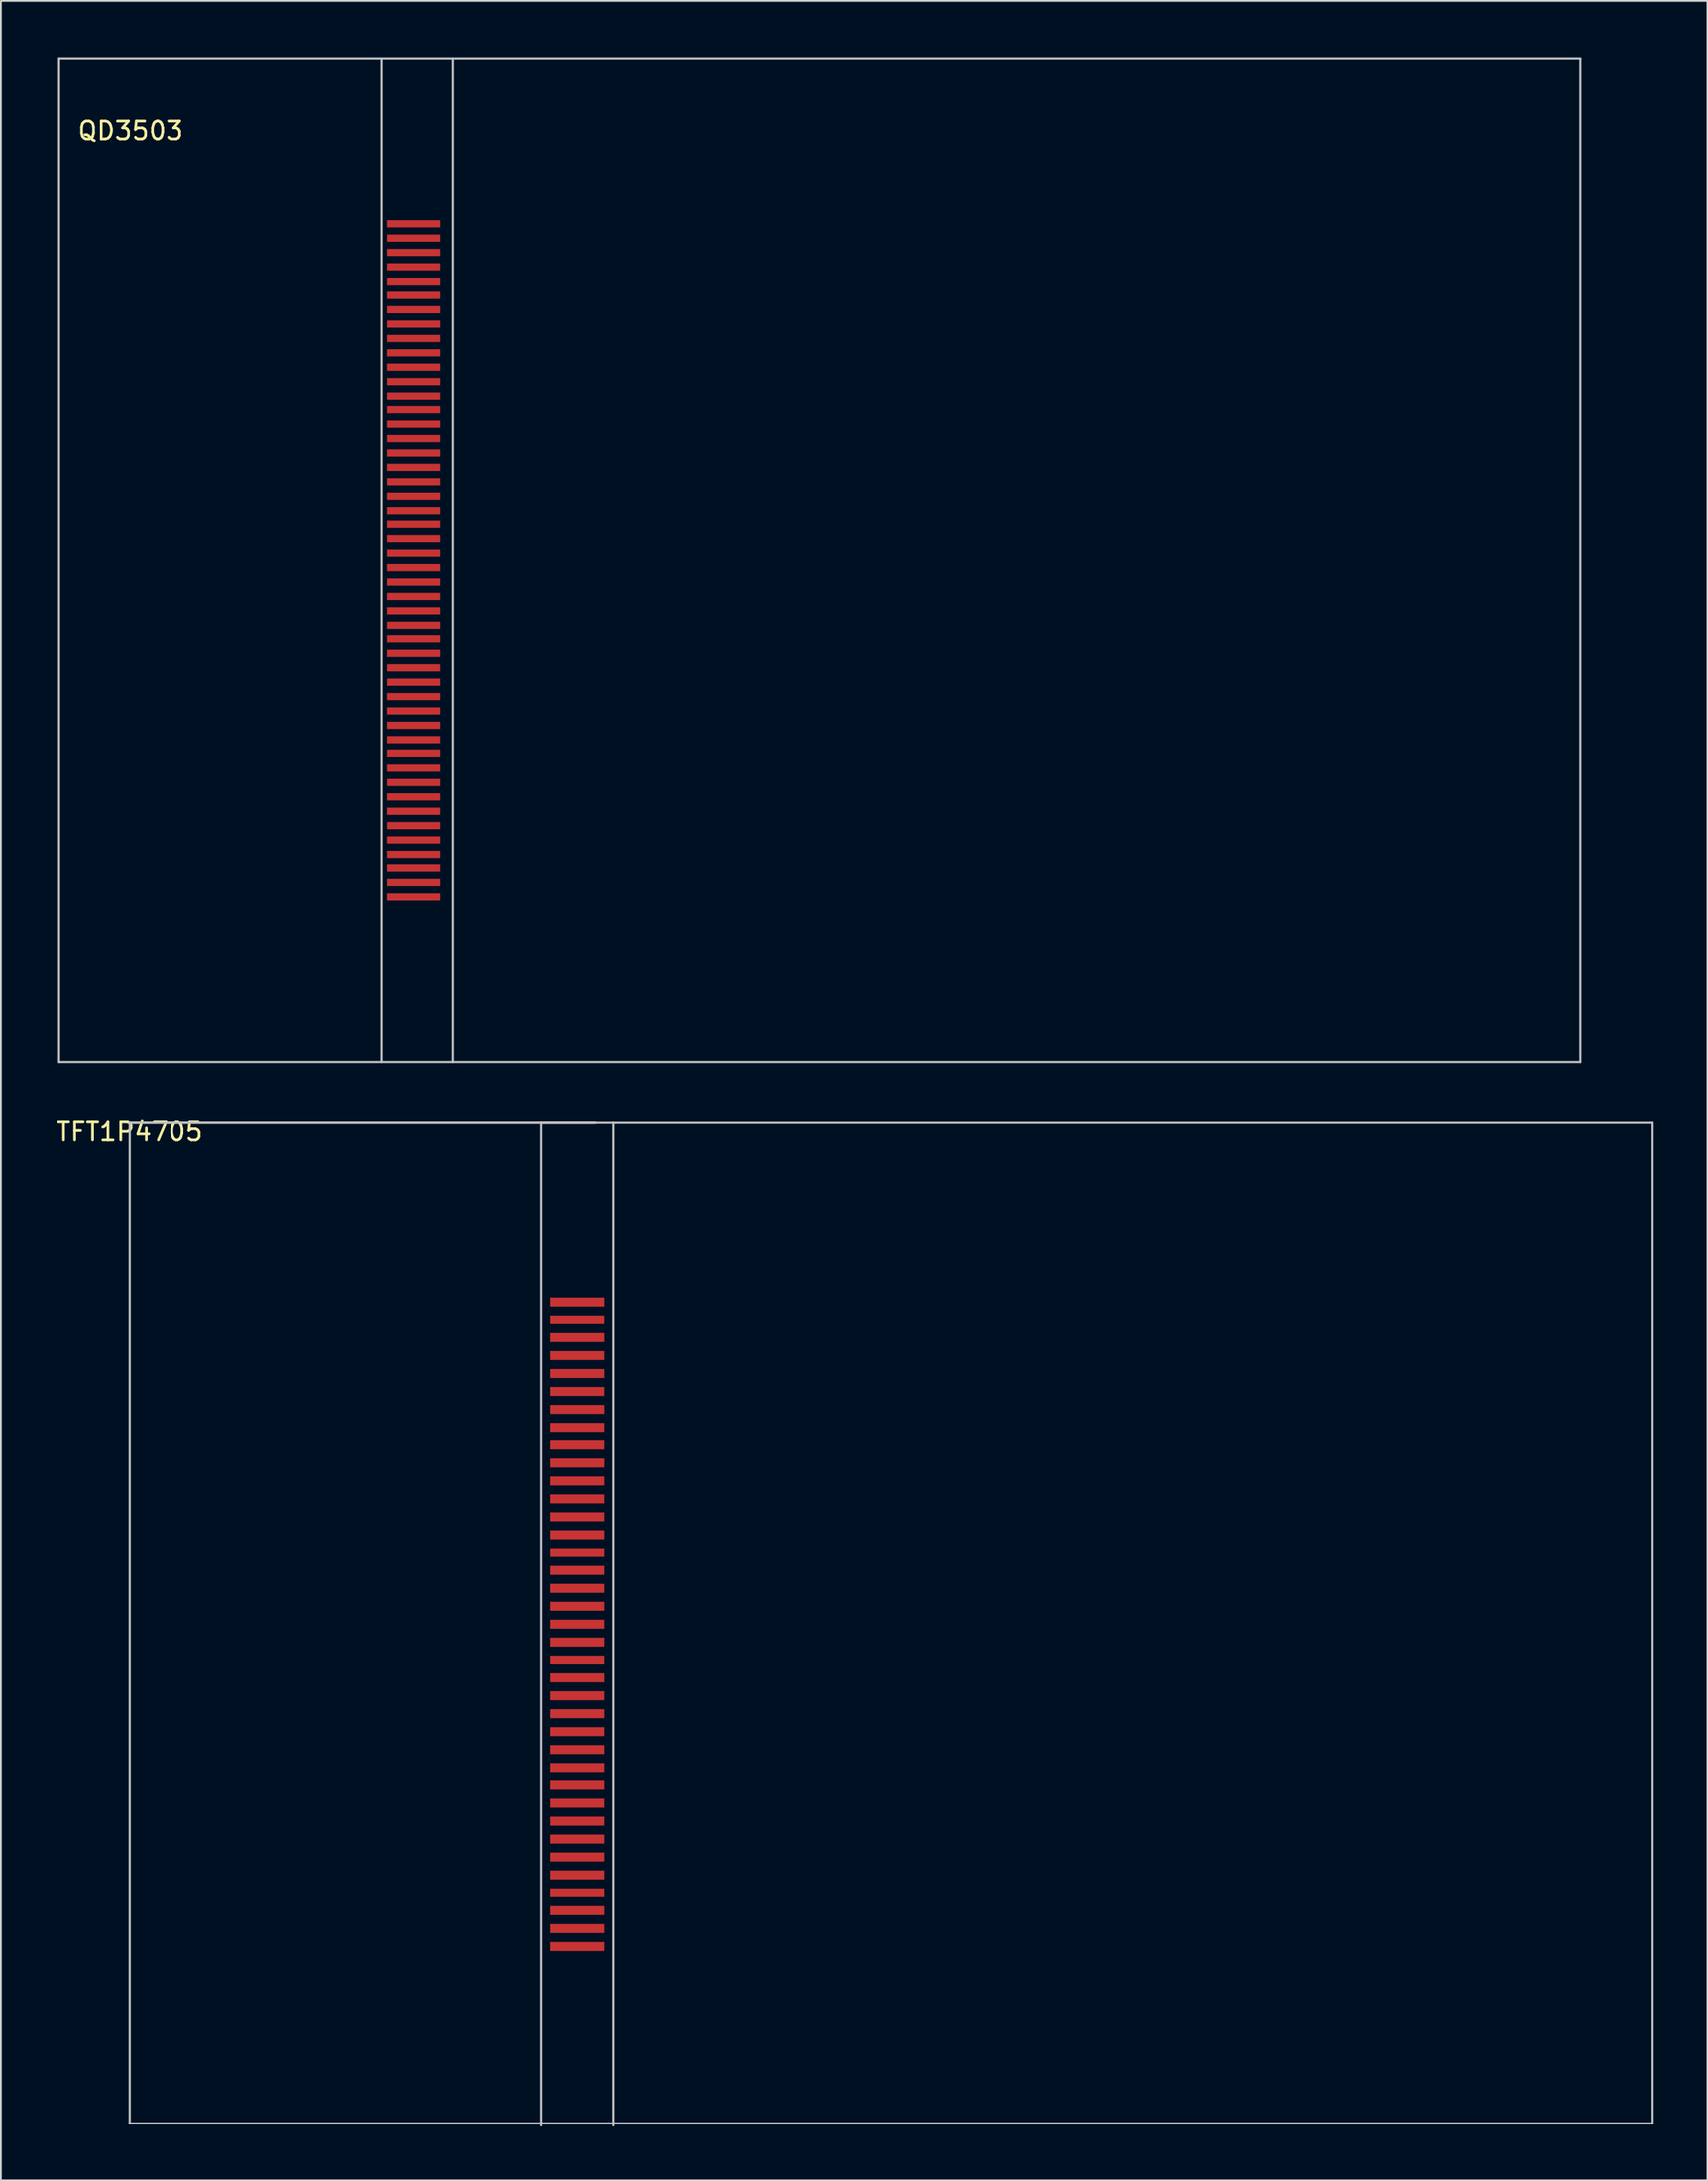
<source format=kicad_pcb>
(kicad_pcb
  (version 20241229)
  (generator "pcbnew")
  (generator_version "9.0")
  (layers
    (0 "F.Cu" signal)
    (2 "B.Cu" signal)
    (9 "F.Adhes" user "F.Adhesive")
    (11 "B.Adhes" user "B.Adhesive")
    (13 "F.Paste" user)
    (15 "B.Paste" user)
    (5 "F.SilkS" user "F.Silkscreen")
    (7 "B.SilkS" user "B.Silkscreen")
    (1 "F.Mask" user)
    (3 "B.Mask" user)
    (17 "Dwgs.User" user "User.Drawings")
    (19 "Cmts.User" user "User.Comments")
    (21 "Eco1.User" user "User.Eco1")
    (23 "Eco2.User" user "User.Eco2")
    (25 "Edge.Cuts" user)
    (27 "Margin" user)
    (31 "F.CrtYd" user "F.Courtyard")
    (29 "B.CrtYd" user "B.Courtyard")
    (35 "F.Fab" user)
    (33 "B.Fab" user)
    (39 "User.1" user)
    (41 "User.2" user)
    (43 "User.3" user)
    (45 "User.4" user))
  (footprint "QD3503"
    (layer "F.Cu")
    (at 0.25 0.25)
    (property "Reference" "QD3503" (at 4 4 0) (layer "F.SilkS") (effects (font (size 1 1) (thickness 0.15))))
    (attr through_hole)
    (fp_line (start 0 0) (end 85 0) (stroke (width 0.12) (type solid)) (layer "Dwgs.User"))
    (fp_line (start 0 56) (end 0 0) (stroke (width 0.12) (type solid)) (layer "Dwgs.User"))
    (fp_line (start 18 56) (end 18 0) (stroke (width 0.12) (type solid)) (layer "Dwgs.User"))
    (fp_line (start 22 0) (end 22 56) (stroke (width 0.12) (type solid)) (layer "Dwgs.User"))
    (fp_line (start 85 0) (end 85 56) (stroke (width 0.12) (type solid)) (layer "Dwgs.User"))
    (fp_line (start 85 56) (end 0 56) (stroke (width 0.12) (type solid)) (layer "Dwgs.User"))
    (pad "1" smd rect (at 19.8 9.2) (size 3 0.4) (layers "F.Cu" "F.Mask" "F.Paste"))
    (pad "2" smd rect (at 19.8 10) (size 3 0.4) (layers "F.Cu" "F.Mask" "F.Paste"))
    (pad "3" smd rect (at 19.8 10.8) (size 3 0.4) (layers "F.Cu" "F.Mask" "F.Paste"))
    (pad "4" smd rect (at 19.8 11.6) (size 3 0.4) (layers "F.Cu" "F.Mask" "F.Paste"))
    (pad "5" smd rect (at 19.8 12.4) (size 3 0.4) (layers "F.Cu" "F.Mask" "F.Paste"))
    (pad "6" smd rect (at 19.8 13.2) (size 3 0.4) (layers "F.Cu" "F.Mask" "F.Paste"))
    (pad "7" smd rect (at 19.8 14) (size 3 0.4) (layers "F.Cu" "F.Mask" "F.Paste"))
    (pad "8" smd rect (at 19.8 14.8) (size 3 0.4) (layers "F.Cu" "F.Mask" "F.Paste"))
    (pad "9" smd rect (at 19.8 15.6) (size 3 0.4) (layers "F.Cu" "F.Mask" "F.Paste"))
    (pad "10" smd rect (at 19.8 16.4) (size 3 0.4) (layers "F.Cu" "F.Mask" "F.Paste"))
    (pad "11" smd rect (at 19.8 17.2) (size 3 0.4) (layers "F.Cu" "F.Mask" "F.Paste"))
    (pad "12" smd rect (at 19.8 18) (size 3 0.4) (layers "F.Cu" "F.Mask" "F.Paste"))
    (pad "13" smd rect (at 19.8 18.8) (size 3 0.4) (layers "F.Cu" "F.Mask" "F.Paste"))
    (pad "14" smd rect (at 19.8 19.6) (size 3 0.4) (layers "F.Cu" "F.Mask" "F.Paste"))
    (pad "15" smd rect (at 19.8 20.4) (size 3 0.4) (layers "F.Cu" "F.Mask" "F.Paste"))
    (pad "16" smd rect (at 19.8 21.2) (size 3 0.4) (layers "F.Cu" "F.Mask" "F.Paste"))
    (pad "17" smd rect (at 19.8 22) (size 3 0.4) (layers "F.Cu" "F.Mask" "F.Paste"))
    (pad "18" smd rect (at 19.8 22.8) (size 3 0.4) (layers "F.Cu" "F.Mask" "F.Paste"))
    (pad "19" smd rect (at 19.8 23.6) (size 3 0.4) (layers "F.Cu" "F.Mask" "F.Paste"))
    (pad "20" smd rect (at 19.8 24.4) (size 3 0.4) (layers "F.Cu" "F.Mask" "F.Paste"))
    (pad "21" smd rect (at 19.8 25.2) (size 3 0.4) (layers "F.Cu" "F.Mask" "F.Paste"))
    (pad "22" smd rect (at 19.8 26) (size 3 0.4) (layers "F.Cu" "F.Mask" "F.Paste"))
    (pad "23" smd rect (at 19.8 26.8) (size 3 0.4) (layers "F.Cu" "F.Mask" "F.Paste"))
    (pad "24" smd rect (at 19.8 27.6) (size 3 0.4) (layers "F.Cu" "F.Mask" "F.Paste"))
    (pad "25" smd rect (at 19.8 28.4) (size 3 0.4) (layers "F.Cu" "F.Mask" "F.Paste"))
    (pad "26" smd rect (at 19.8 29.2) (size 3 0.4) (layers "F.Cu" "F.Mask" "F.Paste"))
    (pad "27" smd rect (at 19.8 30) (size 3 0.4) (layers "F.Cu" "F.Mask" "F.Paste"))
    (pad "28" smd rect (at 19.8 30.8) (size 3 0.4) (layers "F.Cu" "F.Mask" "F.Paste"))
    (pad "29" smd rect (at 19.8 31.6) (size 3 0.4) (layers "F.Cu" "F.Mask" "F.Paste"))
    (pad "30" smd rect (at 19.8 32.4) (size 3 0.4) (layers "F.Cu" "F.Mask" "F.Paste"))
    (pad "31" smd rect (at 19.8 33.2) (size 3 0.4) (layers "F.Cu" "F.Mask" "F.Paste"))
    (pad "32" smd rect (at 19.8 34) (size 3 0.4) (layers "F.Cu" "F.Mask" "F.Paste"))
    (pad "33" smd rect (at 19.8 34.8) (size 3 0.4) (layers "F.Cu" "F.Mask" "F.Paste"))
    (pad "34" smd rect (at 19.8 35.6) (size 3 0.4) (layers "F.Cu" "F.Mask" "F.Paste"))
    (pad "35" smd rect (at 19.8 36.4) (size 3 0.4) (layers "F.Cu" "F.Mask" "F.Paste"))
    (pad "36" smd rect (at 19.8 37.2) (size 3 0.4) (layers "F.Cu" "F.Mask" "F.Paste"))
    (pad "37" smd rect (at 19.8 38) (size 3 0.4) (layers "F.Cu" "F.Mask" "F.Paste"))
    (pad "38" smd rect (at 19.8 38.8) (size 3 0.4) (layers "F.Cu" "F.Mask" "F.Paste"))
    (pad "39" smd rect (at 19.8 39.6) (size 3 0.4) (layers "F.Cu" "F.Mask" "F.Paste"))
    (pad "40" smd rect (at 19.8 40.4) (size 3 0.4) (layers "F.Cu" "F.Mask" "F.Paste"))
    (pad "41" smd rect (at 19.8 41.2) (size 3 0.4) (layers "F.Cu" "F.Mask" "F.Paste"))
    (pad "42" smd rect (at 19.8 42) (size 3 0.4) (layers "F.Cu" "F.Mask" "F.Paste"))
    (pad "43" smd rect (at 19.8 42.8) (size 3 0.4) (layers "F.Cu" "F.Mask" "F.Paste"))
    (pad "44" smd rect (at 19.8 43.6) (size 3 0.4) (layers "F.Cu" "F.Mask" "F.Paste"))
    (pad "45" smd rect (at 19.8 44.4) (size 3 0.4) (layers "F.Cu" "F.Mask" "F.Paste"))
    (pad "46" smd rect (at 19.8 45.2) (size 3 0.4) (layers "F.Cu" "F.Mask" "F.Paste"))
    (pad "47" smd rect (at 19.8 46) (size 3 0.4) (layers "F.Cu" "F.Mask" "F.Paste"))
    (pad "48" smd rect (at 19.8 46.8) (size 3 0.4) (layers "F.Cu" "F.Mask" "F.Paste")))
  (footprint "TFT1P4705"
    (layer "F.Cu")
    (at 4.196 59.658)
    (property "Reference" "TFT1P4705" (at 0 0.5 0) (layer "F.SilkS") (effects (font (size 1 1) (thickness 0.15))))
    (attr through_hole)
    (fp_line (start 0 0) (end 26 0) (stroke (width 0.12) (type solid)) (layer "Dwgs.User"))
    (fp_line (start 0 0) (end 85.09 0) (stroke (width 0.12) (type solid)) (layer "Dwgs.User"))
    (fp_line (start 0 55.88) (end 0 0) (stroke (width 0.12) (type solid)) (layer "Dwgs.User"))
    (fp_line (start 23 0) (end 23 56) (stroke (width 0.12) (type solid)) (layer "Dwgs.User"))
    (fp_line (start 26 0) (end 23 0) (stroke (width 0.12) (type solid)) (layer "Dwgs.User"))
    (fp_line (start 27 0) (end 27 56) (stroke (width 0.12) (type solid)) (layer "Dwgs.User"))
    (fp_line (start 85.09 0) (end 85.09 55.88) (stroke (width 0.12) (type solid)) (layer "Dwgs.User"))
    (fp_line (start 85.09 55.88) (end 0 55.88) (stroke (width 0.12) (type solid)) (layer "Dwgs.User"))
    (pad "1" smd rect (at 25 10) (size 3 0.5) (layers "F.Cu" "F.Mask" "F.Paste"))
    (pad "2" smd rect (at 25 11) (size 3 0.5) (layers "F.Cu" "F.Mask" "F.Paste"))
    (pad "3" smd rect (at 25 12) (size 3 0.5) (layers "F.Cu" "F.Mask" "F.Paste"))
    (pad "4" smd rect (at 25 13) (size 3 0.5) (layers "F.Cu" "F.Mask" "F.Paste"))
    (pad "5" smd rect (at 25 14) (size 3 0.5) (layers "F.Cu" "F.Mask" "F.Paste"))
    (pad "6" smd rect (at 25 15) (size 3 0.5) (layers "F.Cu" "F.Mask" "F.Paste"))
    (pad "7" smd rect (at 25 16) (size 3 0.5) (layers "F.Cu" "F.Mask" "F.Paste"))
    (pad "8" smd rect (at 25 17) (size 3 0.5) (layers "F.Cu" "F.Mask" "F.Paste"))
    (pad "9" smd rect (at 25 18) (size 3 0.5) (layers "F.Cu" "F.Mask" "F.Paste"))
    (pad "10" smd rect (at 25 19) (size 3 0.5) (layers "F.Cu" "F.Mask" "F.Paste"))
    (pad "11" smd rect (at 25 20) (size 3 0.5) (layers "F.Cu" "F.Mask" "F.Paste"))
    (pad "12" smd rect (at 25 21) (size 3 0.5) (layers "F.Cu" "F.Mask" "F.Paste"))
    (pad "13" smd rect (at 25 22) (size 3 0.5) (layers "F.Cu" "F.Mask" "F.Paste"))
    (pad "14" smd rect (at 25 23) (size 3 0.5) (layers "F.Cu" "F.Mask" "F.Paste"))
    (pad "15" smd rect (at 25 24) (size 3 0.5) (layers "F.Cu" "F.Mask" "F.Paste"))
    (pad "16" smd rect (at 25 25) (size 3 0.5) (layers "F.Cu" "F.Mask" "F.Paste"))
    (pad "17" smd rect (at 25 26) (size 3 0.5) (layers "F.Cu" "F.Mask" "F.Paste"))
    (pad "18" smd rect (at 25 27) (size 3 0.5) (layers "F.Cu" "F.Mask" "F.Paste"))
    (pad "19" smd rect (at 25 28) (size 3 0.5) (layers "F.Cu" "F.Mask" "F.Paste"))
    (pad "20" smd rect (at 25 29) (size 3 0.5) (layers "F.Cu" "F.Mask" "F.Paste"))
    (pad "21" smd rect (at 25 30) (size 3 0.5) (layers "F.Cu" "F.Mask" "F.Paste"))
    (pad "22" smd rect (at 25 31) (size 3 0.5) (layers "F.Cu" "F.Mask" "F.Paste"))
    (pad "23" smd rect (at 25 32) (size 3 0.5) (layers "F.Cu" "F.Mask" "F.Paste"))
    (pad "24" smd rect (at 25 33) (size 3 0.5) (layers "F.Cu" "F.Mask" "F.Paste"))
    (pad "25" smd rect (at 25 34) (size 3 0.5) (layers "F.Cu" "F.Mask" "F.Paste"))
    (pad "26" smd rect (at 25 35) (size 3 0.5) (layers "F.Cu" "F.Mask" "F.Paste"))
    (pad "27" smd rect (at 25 36) (size 3 0.5) (layers "F.Cu" "F.Mask" "F.Paste"))
    (pad "28" smd rect (at 25 37) (size 3 0.5) (layers "F.Cu" "F.Mask" "F.Paste"))
    (pad "29" smd rect (at 25 38) (size 3 0.5) (layers "F.Cu" "F.Mask" "F.Paste"))
    (pad "30" smd rect (at 25 39) (size 3 0.5) (layers "F.Cu" "F.Mask" "F.Paste"))
    (pad "31" smd rect (at 25 40) (size 3 0.5) (layers "F.Cu" "F.Mask" "F.Paste"))
    (pad "32" smd rect (at 25 41) (size 3 0.5) (layers "F.Cu" "F.Mask" "F.Paste"))
    (pad "33" smd rect (at 25 42) (size 3 0.5) (layers "F.Cu" "F.Mask" "F.Paste"))
    (pad "34" smd rect (at 25 43) (size 3 0.5) (layers "F.Cu" "F.Mask" "F.Paste"))
    (pad "35" smd rect (at 25 44) (size 3 0.5) (layers "F.Cu" "F.Mask" "F.Paste"))
    (pad "36" smd rect (at 25 45) (size 3 0.5) (layers "F.Cu" "F.Mask" "F.Paste"))
    (pad "37" smd rect (at 25 46) (size 3 0.5) (layers "F.Cu" "F.Mask" "F.Paste")))
  (gr_rect
    (start -3 -3)
    (end 92.346 118.718)
    (stroke (width 0.1) (type default))
    (fill no)
    (layer "Edge.Cuts")))
</source>
